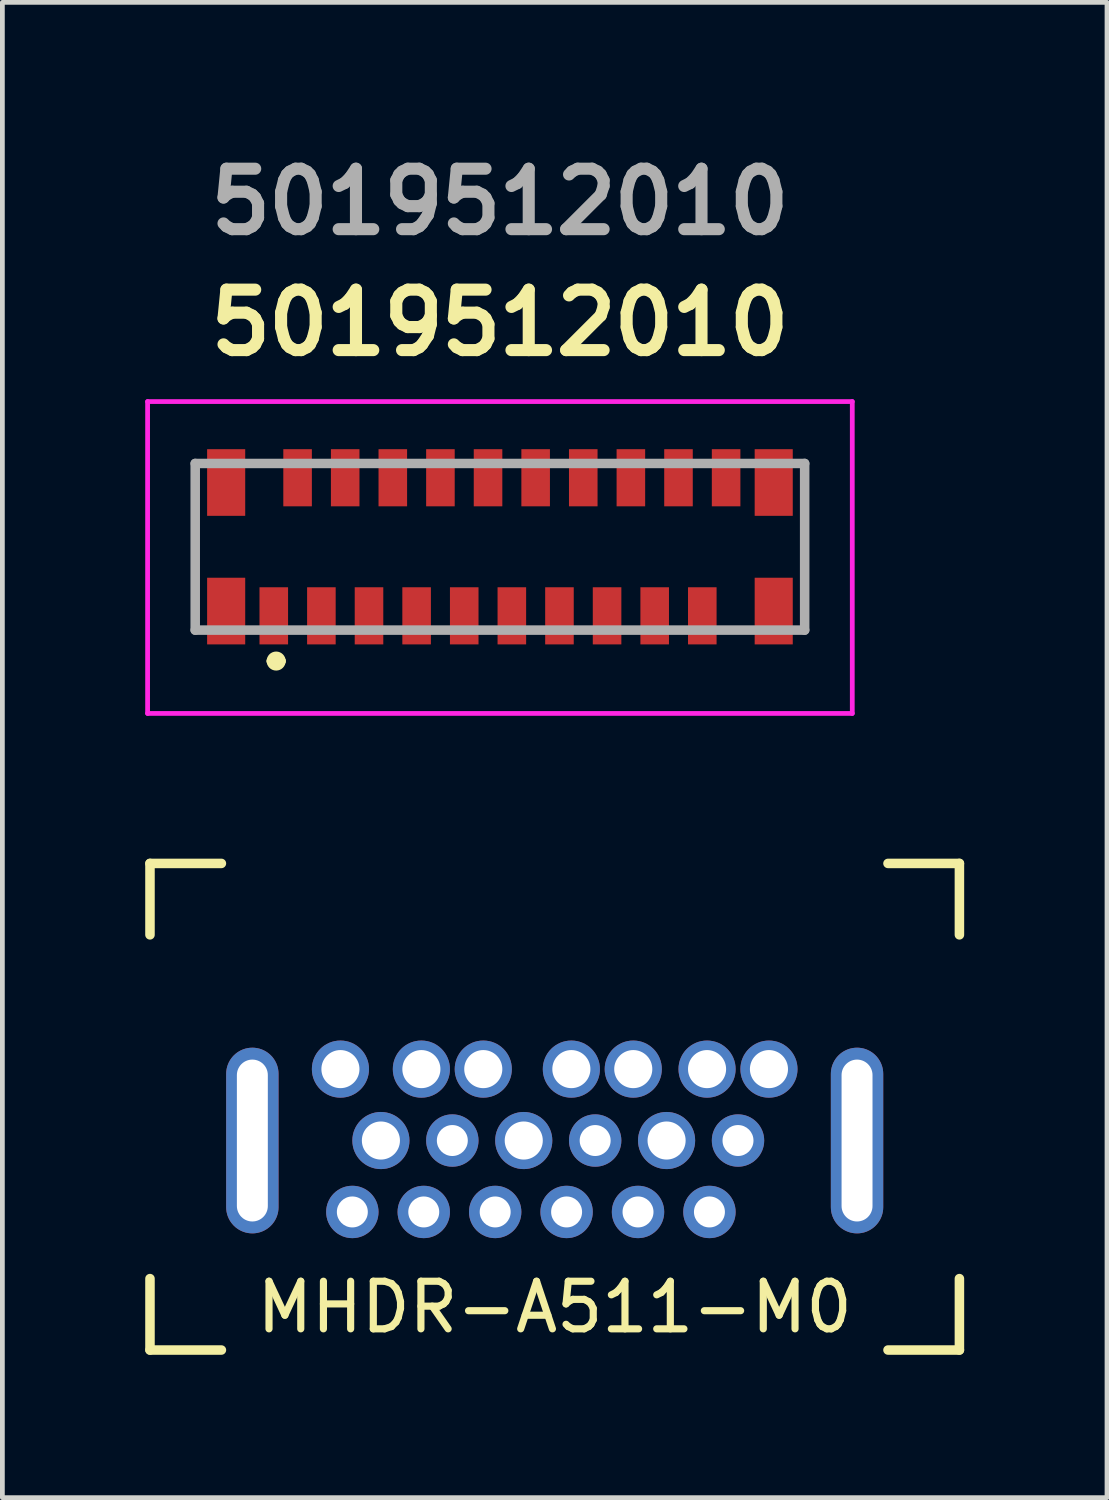
<source format=kicad_pcb>
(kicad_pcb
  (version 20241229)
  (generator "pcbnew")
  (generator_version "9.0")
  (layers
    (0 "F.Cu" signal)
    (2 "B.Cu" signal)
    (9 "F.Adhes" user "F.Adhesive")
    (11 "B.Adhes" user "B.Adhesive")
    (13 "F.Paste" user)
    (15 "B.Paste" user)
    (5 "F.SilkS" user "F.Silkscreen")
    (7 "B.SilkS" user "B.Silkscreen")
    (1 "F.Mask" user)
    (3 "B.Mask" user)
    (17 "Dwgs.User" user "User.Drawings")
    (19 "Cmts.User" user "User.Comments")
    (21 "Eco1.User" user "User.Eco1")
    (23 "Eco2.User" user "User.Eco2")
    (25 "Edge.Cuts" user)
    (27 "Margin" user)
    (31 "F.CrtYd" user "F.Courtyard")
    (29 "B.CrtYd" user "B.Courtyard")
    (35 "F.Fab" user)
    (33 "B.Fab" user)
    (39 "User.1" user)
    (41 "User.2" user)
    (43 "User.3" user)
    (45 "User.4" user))
  (footprint "MHDR-A511-M0"
    (layer "F.Cu")
    (at 8.6 19.404)
    (property "Reference" "MHDR-A511-M0" (at 0 5 0) (layer "F.SilkS") (effects (font (size 1 1) (thickness 0.15))))
    (attr through_hole)
    (fp_line (start -8.5 -4.32) (end -7 -4.32) (stroke (width 0.2) (type solid)) (layer "F.SilkS"))
    (fp_line (start -8.5 -2.82) (end -8.5 -4.32) (stroke (width 0.2) (type solid)) (layer "F.SilkS"))
    (fp_line (start -8.5 5.9) (end -8.5 4.4) (stroke (width 0.2) (type solid)) (layer "F.SilkS"))
    (fp_line (start -8.5 5.9) (end -7 5.9) (stroke (width 0.2) (type solid)) (layer "F.SilkS"))
    (fp_line (start 7 -4.32) (end 8.5 -4.32) (stroke (width 0.2) (type solid)) (layer "F.SilkS"))
    (fp_line (start 7 5.9) (end 8.5 5.9) (stroke (width 0.2) (type solid)) (layer "F.SilkS"))
    (fp_line (start 8.5 -2.82) (end 8.5 -4.32) (stroke (width 0.2) (type solid)) (layer "F.SilkS"))
    (fp_line (start 8.5 5.9) (end 8.5 4.4) (stroke (width 0.2) (type solid)) (layer "F.SilkS"))
    (pad "1" thru_hole circle (at 4.5 0) (size 1.2 1.2) (drill 0.8) (layers "*.Cu" "*.Mask"))
    (pad "2" thru_hole circle (at 3.85 1.5) (size 1.1 1.1) (drill 0.65) (layers "*.Cu" "*.Mask"))
    (pad "3" thru_hole circle (at 3.2 0) (size 1.2 1.2) (drill 0.8) (layers "*.Cu" "*.Mask"))
    (pad "4" thru_hole circle (at 3.25 3) (size 1.1 1.1) (drill 0.65) (layers "*.Cu" "*.Mask"))
    (pad "5" thru_hole circle (at 2.35 1.5) (size 1.2 1.2) (drill 0.8) (layers "*.Cu" "*.Mask"))
    (pad "6" thru_hole circle (at 1.75 3) (size 1.1 1.1) (drill 0.65) (layers "*.Cu" "*.Mask"))
    (pad "7" thru_hole circle (at 1.65 0) (size 1.2 1.2) (drill 0.8) (layers "*.Cu" "*.Mask"))
    (pad "8" thru_hole circle (at 0.85 1.5) (size 1.1 1.1) (drill 0.65) (layers "*.Cu" "*.Mask"))
    (pad "9" thru_hole circle (at 0.35 0) (size 1.2 1.2) (drill 0.8) (layers "*.Cu" "*.Mask"))
    (pad "10" thru_hole circle (at 0.25 3) (size 1.1 1.1) (drill 0.65) (layers "*.Cu" "*.Mask"))
    (pad "11" thru_hole circle (at -0.65 1.5) (size 1.2 1.2) (drill 0.8) (layers "*.Cu" "*.Mask"))
    (pad "12" thru_hole circle (at -1.25 3) (size 1.1 1.1) (drill 0.65) (layers "*.Cu" "*.Mask"))
    (pad "13" thru_hole circle (at -1.5 0) (size 1.2 1.2) (drill 0.8) (layers "*.Cu" "*.Mask"))
    (pad "14" thru_hole circle (at -2.15 1.5) (size 1.1 1.1) (drill 0.65) (layers "*.Cu" "*.Mask"))
    (pad "15" thru_hole circle (at -2.8 0) (size 1.2 1.2) (drill 0.8) (layers "*.Cu" "*.Mask"))
    (pad "16" thru_hole circle (at -2.75 3) (size 1.1 1.1) (drill 0.65) (layers "*.Cu" "*.Mask"))
    (pad "17" thru_hole circle (at -3.65 1.5) (size 1.2 1.2) (drill 0.8) (layers "*.Cu" "*.Mask"))
    (pad "18" thru_hole circle (at -4.25 3) (size 1.1 1.1) (drill 0.65) (layers "*.Cu" "*.Mask"))
    (pad "19" thru_hole circle (at -4.5 0) (size 1.2 1.2) (drill 0.8) (layers "*.Cu" "*.Mask"))
    (pad "MP" thru_hole oval (at -6.35 1.5) (size 1.1 3.9) (drill oval 0.65 3.4) (layers "*.Cu" "*.Mask"))
    (pad "MP" thru_hole oval (at 6.35 1.5) (size 1.1 3.9) (drill oval 0.65 3.4) (layers "*.Cu" "*.Mask")))
  (footprint "5019512010"
    (layer "F.Cu")
    (at 7.45 8.809)
    (property "Reference" "5019512010" (at 0 -5.08 0) (layer "F.SilkS") (effects (font (size 1.27 1.27) (thickness 0.254))))
    (attr smd)
    (fp_line (start -6.4 -2.125) (end -6.4 1.375) (stroke (width 0.1) (type solid)) (layer "F.SilkS"))
    (fp_line (start -4.8 2.025) (end -4.8 2.025) (stroke (width 0.2) (type solid)) (layer "F.SilkS"))
    (fp_line (start -4.6 2.025) (end -4.6 2.025) (stroke (width 0.2) (type solid)) (layer "F.SilkS"))
    (fp_line (start 6.4 -2.125) (end 6.4 1.375) (stroke (width 0.1) (type solid)) (layer "F.SilkS"))
    (fp_arc (start -4.8 2.025) (mid -4.7 1.925) (end -4.6 2.025) (stroke (width 0.2) (type solid)) (layer "F.SilkS"))
    (fp_arc (start -4.6 2.025) (mid -4.7 2.125) (end -4.8 2.025) (stroke (width 0.2) (type solid)) (layer "F.SilkS"))
    (fp_line (start -7.4 -3.425) (end 7.4 -3.425) (stroke (width 0.1) (type solid)) (layer "F.CrtYd"))
    (fp_line (start -7.4 3.125) (end -7.4 -3.425) (stroke (width 0.1) (type solid)) (layer "F.CrtYd"))
    (fp_line (start 7.4 -3.425) (end 7.4 3.125) (stroke (width 0.1) (type solid)) (layer "F.CrtYd"))
    (fp_line (start 7.4 3.125) (end -7.4 3.125) (stroke (width 0.1) (type solid)) (layer "F.CrtYd"))
    (fp_line (start -6.4 -2.125) (end 6.4 -2.125) (stroke (width 0.2) (type solid)) (layer "F.Fab"))
    (fp_line (start -6.4 1.375) (end -6.4 -2.125) (stroke (width 0.2) (type solid)) (layer "F.Fab"))
    (fp_line (start 6.4 -2.125) (end 6.4 1.375) (stroke (width 0.2) (type solid)) (layer "F.Fab"))
    (fp_line (start 6.4 1.375) (end -6.4 1.375) (stroke (width 0.2) (type solid)) (layer "F.Fab"))
    (fp_text user "${REFERENCE}" (at 0 -7.62 0) (layer "F.Fab") (effects (font (size 1.27 1.27) (thickness 0.254))))
    (pad "1" smd rect (at -4.75 1.075) (size 0.6 1.2) (layers "F.Cu" "F.Mask" "F.Paste"))
    (pad "2" smd rect (at -4.25 -1.825) (size 0.6 1.2) (layers "F.Cu" "F.Mask" "F.Paste"))
    (pad "3" smd rect (at -3.75 1.075) (size 0.6 1.2) (layers "F.Cu" "F.Mask" "F.Paste"))
    (pad "4" smd rect (at -3.25 -1.825) (size 0.6 1.2) (layers "F.Cu" "F.Mask" "F.Paste"))
    (pad "5" smd rect (at -2.75 1.075) (size 0.6 1.2) (layers "F.Cu" "F.Mask" "F.Paste"))
    (pad "6" smd rect (at -2.25 -1.825) (size 0.6 1.2) (layers "F.Cu" "F.Mask" "F.Paste"))
    (pad "7" smd rect (at -1.75 1.075) (size 0.6 1.2) (layers "F.Cu" "F.Mask" "F.Paste"))
    (pad "8" smd rect (at -1.25 -1.825) (size 0.6 1.2) (layers "F.Cu" "F.Mask" "F.Paste"))
    (pad "9" smd rect (at -0.75 1.075) (size 0.6 1.2) (layers "F.Cu" "F.Mask" "F.Paste"))
    (pad "10" smd rect (at -0.25 -1.825) (size 0.6 1.2) (layers "F.Cu" "F.Mask" "F.Paste"))
    (pad "11" smd rect (at 0.25 1.075) (size 0.6 1.2) (layers "F.Cu" "F.Mask" "F.Paste"))
    (pad "12" smd rect (at 0.75 -1.825) (size 0.6 1.2) (layers "F.Cu" "F.Mask" "F.Paste"))
    (pad "13" smd rect (at 1.25 1.075) (size 0.6 1.2) (layers "F.Cu" "F.Mask" "F.Paste"))
    (pad "14" smd rect (at 1.75 -1.825) (size 0.6 1.2) (layers "F.Cu" "F.Mask" "F.Paste"))
    (pad "15" smd rect (at 2.25 1.075) (size 0.6 1.2) (layers "F.Cu" "F.Mask" "F.Paste"))
    (pad "16" smd rect (at 2.75 -1.825) (size 0.6 1.2) (layers "F.Cu" "F.Mask" "F.Paste"))
    (pad "17" smd rect (at 3.25 1.075) (size 0.6 1.2) (layers "F.Cu" "F.Mask" "F.Paste"))
    (pad "18" smd rect (at 3.75 -1.825) (size 0.6 1.2) (layers "F.Cu" "F.Mask" "F.Paste"))
    (pad "19" smd rect (at 4.25 1.075) (size 0.6 1.2) (layers "F.Cu" "F.Mask" "F.Paste"))
    (pad "20" smd rect (at 4.75 -1.825) (size 0.6 1.2) (layers "F.Cu" "F.Mask" "F.Paste"))
    (pad "MP" smd rect (at -5.75 -1.725) (size 0.8 1.4) (layers "F.Cu" "F.Mask" "F.Paste"))
    (pad "MP" smd rect (at -5.75 0.975) (size 0.8 1.4) (layers "F.Cu" "F.Mask" "F.Paste"))
    (pad "MP" smd rect (at 5.75 -1.725) (size 0.8 1.4) (layers "F.Cu" "F.Mask" "F.Paste"))
    (pad "MP" smd rect (at 5.75 0.975) (size 0.8 1.4) (layers "F.Cu" "F.Mask" "F.Paste")))
  (gr_rect
    (start -3 -3)
    (end 20.2 28.404)
    (stroke (width 0.1) (type default))
    (fill no)
    (layer "Edge.Cuts")))
</source>
